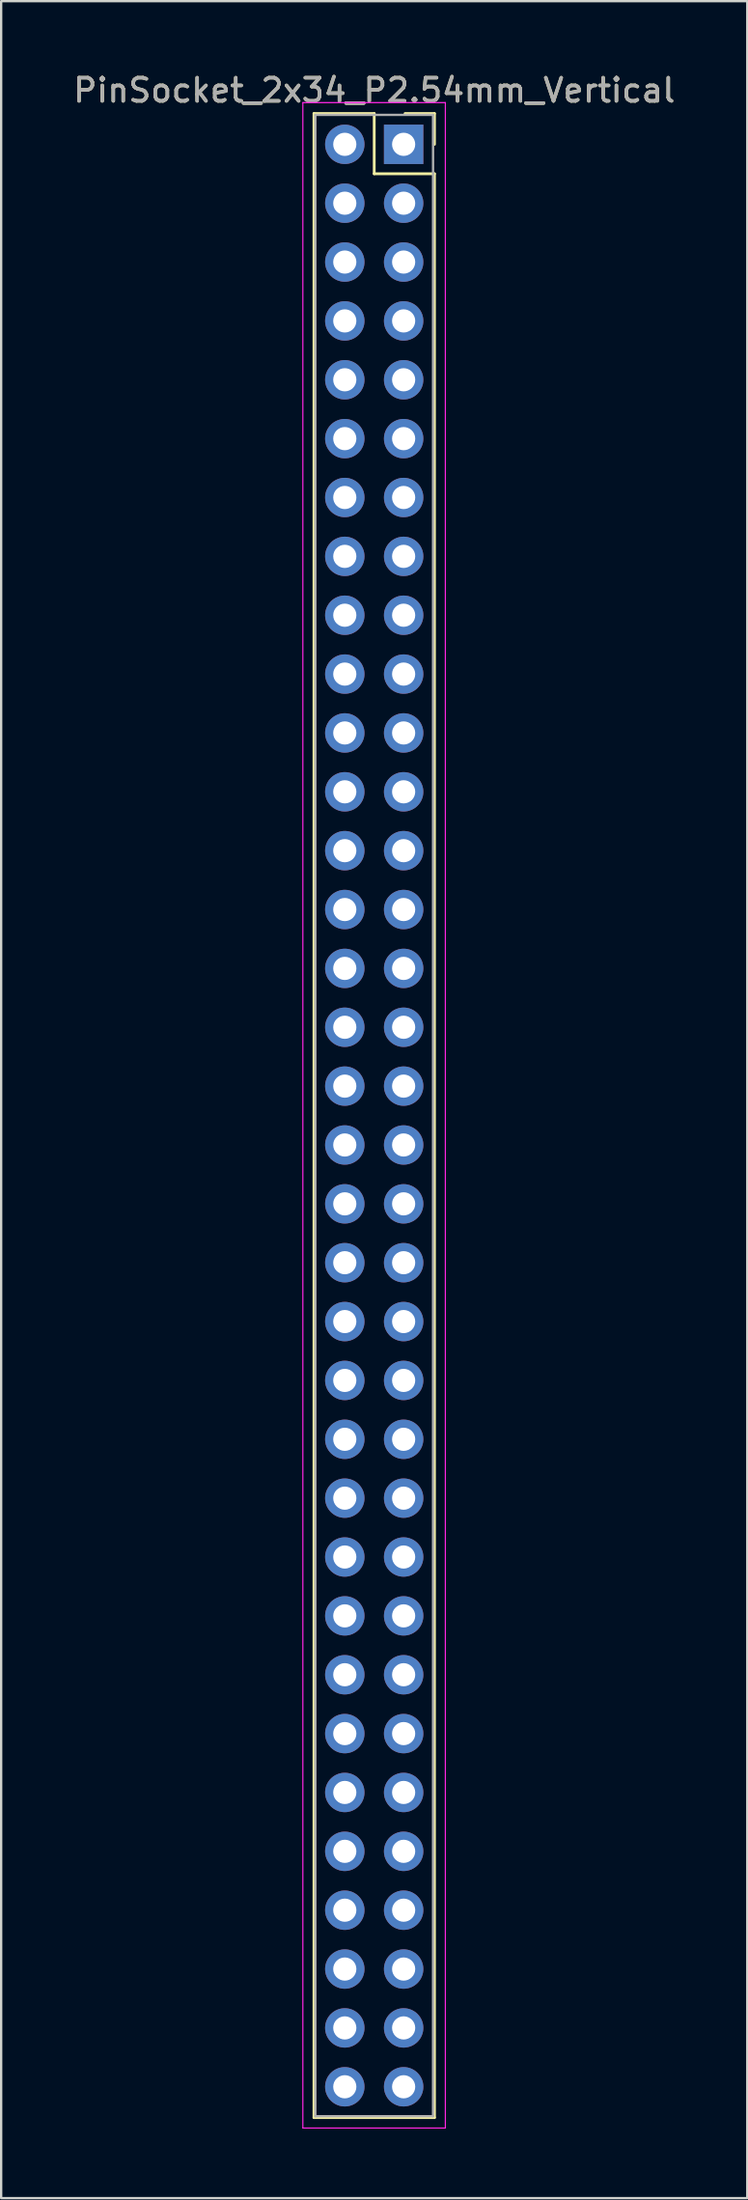
<source format=kicad_pcb>
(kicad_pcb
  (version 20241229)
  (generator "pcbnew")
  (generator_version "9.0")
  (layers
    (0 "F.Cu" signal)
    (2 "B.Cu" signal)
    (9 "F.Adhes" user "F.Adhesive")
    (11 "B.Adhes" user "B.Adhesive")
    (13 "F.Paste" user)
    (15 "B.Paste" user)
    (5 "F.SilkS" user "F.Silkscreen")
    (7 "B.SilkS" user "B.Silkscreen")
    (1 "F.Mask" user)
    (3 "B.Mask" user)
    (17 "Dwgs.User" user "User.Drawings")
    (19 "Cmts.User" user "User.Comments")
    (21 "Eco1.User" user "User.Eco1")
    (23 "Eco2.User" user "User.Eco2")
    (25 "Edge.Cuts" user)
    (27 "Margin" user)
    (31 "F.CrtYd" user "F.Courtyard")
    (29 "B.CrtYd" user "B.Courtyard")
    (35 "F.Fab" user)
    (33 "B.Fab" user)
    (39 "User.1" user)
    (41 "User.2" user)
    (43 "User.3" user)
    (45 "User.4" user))
  (footprint "PinSocket_2x34_P2.54mm_Vertical"
    (layer "F.Cu")
    (at 14.371 3.178)
    (property "Reference" "PinSocket_2x34_P2.54mm_Vertical" (at -1.27 -2.33 0) (layer "F.SilkS") (effects (font (size 1 1) (thickness 0.15))))
    (attr through_hole)
    (fp_line (start -3.87 -1.33) (end -1.27 -1.33) (stroke (width 0.12) (type solid)) (layer "F.SilkS"))
    (fp_line (start -3.87 85.15) (end -3.87 -1.33) (stroke (width 0.12) (type solid)) (layer "F.SilkS"))
    (fp_line (start -1.27 -1.33) (end -1.27 1.27) (stroke (width 0.12) (type solid)) (layer "F.SilkS"))
    (fp_line (start -1.27 1.27) (end 1.33 1.27) (stroke (width 0.12) (type solid)) (layer "F.SilkS"))
    (fp_line (start 1.33 -1.33) (end 0.06 -1.33) (stroke (width 0.12) (type solid)) (layer "F.SilkS"))
    (fp_line (start 1.33 0) (end 1.33 -1.33) (stroke (width 0.12) (type solid)) (layer "F.SilkS"))
    (fp_line (start 1.33 1.27) (end 1.33 85.15) (stroke (width 0.12) (type solid)) (layer "F.SilkS"))
    (fp_line (start 1.33 85.15) (end -3.87 85.15) (stroke (width 0.12) (type solid)) (layer "F.SilkS"))
    (fp_line (start -4.35 -1.8) (end -4.35 85.6) (stroke (width 0.05) (type solid)) (layer "F.CrtYd"))
    (fp_line (start -4.35 85.6) (end 1.8 85.6) (stroke (width 0.05) (type solid)) (layer "F.CrtYd"))
    (fp_line (start 1.8 -1.8) (end -4.35 -1.8) (stroke (width 0.05) (type solid)) (layer "F.CrtYd"))
    (fp_line (start 1.8 85.6) (end 1.8 -1.8) (stroke (width 0.05) (type solid)) (layer "F.CrtYd"))
    (fp_line (start -3.81 -1.27) (end -3.81 85.09) (stroke (width 0.1) (type solid)) (layer "F.Fab"))
    (fp_line (start -3.81 85.09) (end 1.27 85.09) (stroke (width 0.1) (type solid)) (layer "F.Fab"))
    (fp_line (start 1.27 -1.27) (end -3.81 -1.27) (stroke (width 0.1) (type solid)) (layer "F.Fab"))
    (fp_line (start 1.27 85.09) (end 1.27 -1.27) (stroke (width 0.1) (type solid)) (layer "F.Fab"))
    (fp_text user "${REFERENCE}" (at -1.27 -2.33 0) (layer "F.Fab") (effects (font (size 1 1) (thickness 0.15))))
    (pad "1" thru_hole rect (at 0 0) (size 1.7 1.7) (drill 1) (layers "*.Cu" "*.Mask"))
    (pad "2" thru_hole oval (at -2.54 0) (size 1.7 1.7) (drill 1) (layers "*.Cu" "*.Mask"))
    (pad "3" thru_hole oval (at 0 2.54) (size 1.7 1.7) (drill 1) (layers "*.Cu" "*.Mask"))
    (pad "4" thru_hole oval (at -2.54 2.54) (size 1.7 1.7) (drill 1) (layers "*.Cu" "*.Mask"))
    (pad "5" thru_hole oval (at 0 5.08) (size 1.7 1.7) (drill 1) (layers "*.Cu" "*.Mask"))
    (pad "6" thru_hole oval (at -2.54 5.08) (size 1.7 1.7) (drill 1) (layers "*.Cu" "*.Mask"))
    (pad "7" thru_hole oval (at 0 7.62) (size 1.7 1.7) (drill 1) (layers "*.Cu" "*.Mask"))
    (pad "8" thru_hole oval (at -2.54 7.62) (size 1.7 1.7) (drill 1) (layers "*.Cu" "*.Mask"))
    (pad "9" thru_hole oval (at 0 10.16) (size 1.7 1.7) (drill 1) (layers "*.Cu" "*.Mask"))
    (pad "10" thru_hole oval (at -2.54 10.16) (size 1.7 1.7) (drill 1) (layers "*.Cu" "*.Mask"))
    (pad "11" thru_hole oval (at 0 12.7) (size 1.7 1.7) (drill 1) (layers "*.Cu" "*.Mask"))
    (pad "12" thru_hole oval (at -2.54 12.7) (size 1.7 1.7) (drill 1) (layers "*.Cu" "*.Mask"))
    (pad "13" thru_hole oval (at 0 15.24) (size 1.7 1.7) (drill 1) (layers "*.Cu" "*.Mask"))
    (pad "14" thru_hole oval (at -2.54 15.24) (size 1.7 1.7) (drill 1) (layers "*.Cu" "*.Mask"))
    (pad "15" thru_hole oval (at 0 17.78) (size 1.7 1.7) (drill 1) (layers "*.Cu" "*.Mask"))
    (pad "16" thru_hole oval (at -2.54 17.78) (size 1.7 1.7) (drill 1) (layers "*.Cu" "*.Mask"))
    (pad "17" thru_hole oval (at 0 20.32) (size 1.7 1.7) (drill 1) (layers "*.Cu" "*.Mask"))
    (pad "18" thru_hole oval (at -2.54 20.32) (size 1.7 1.7) (drill 1) (layers "*.Cu" "*.Mask"))
    (pad "19" thru_hole oval (at 0 22.86) (size 1.7 1.7) (drill 1) (layers "*.Cu" "*.Mask"))
    (pad "20" thru_hole oval (at -2.54 22.86) (size 1.7 1.7) (drill 1) (layers "*.Cu" "*.Mask"))
    (pad "21" thru_hole oval (at 0 25.4) (size 1.7 1.7) (drill 1) (layers "*.Cu" "*.Mask"))
    (pad "22" thru_hole oval (at -2.54 25.4) (size 1.7 1.7) (drill 1) (layers "*.Cu" "*.Mask"))
    (pad "23" thru_hole oval (at 0 27.94) (size 1.7 1.7) (drill 1) (layers "*.Cu" "*.Mask"))
    (pad "24" thru_hole oval (at -2.54 27.94) (size 1.7 1.7) (drill 1) (layers "*.Cu" "*.Mask"))
    (pad "25" thru_hole oval (at 0 30.48) (size 1.7 1.7) (drill 1) (layers "*.Cu" "*.Mask"))
    (pad "26" thru_hole oval (at -2.54 30.48) (size 1.7 1.7) (drill 1) (layers "*.Cu" "*.Mask"))
    (pad "27" thru_hole oval (at 0 33.02) (size 1.7 1.7) (drill 1) (layers "*.Cu" "*.Mask"))
    (pad "28" thru_hole oval (at -2.54 33.02) (size 1.7 1.7) (drill 1) (layers "*.Cu" "*.Mask"))
    (pad "29" thru_hole oval (at 0 35.56) (size 1.7 1.7) (drill 1) (layers "*.Cu" "*.Mask"))
    (pad "30" thru_hole oval (at -2.54 35.56) (size 1.7 1.7) (drill 1) (layers "*.Cu" "*.Mask"))
    (pad "31" thru_hole oval (at 0 38.1) (size 1.7 1.7) (drill 1) (layers "*.Cu" "*.Mask"))
    (pad "32" thru_hole oval (at -2.54 38.1) (size 1.7 1.7) (drill 1) (layers "*.Cu" "*.Mask"))
    (pad "33" thru_hole oval (at 0 40.64) (size 1.7 1.7) (drill 1) (layers "*.Cu" "*.Mask"))
    (pad "34" thru_hole oval (at -2.54 40.64) (size 1.7 1.7) (drill 1) (layers "*.Cu" "*.Mask"))
    (pad "35" thru_hole oval (at 0 43.18) (size 1.7 1.7) (drill 1) (layers "*.Cu" "*.Mask"))
    (pad "36" thru_hole oval (at -2.54 43.18) (size 1.7 1.7) (drill 1) (layers "*.Cu" "*.Mask"))
    (pad "37" thru_hole oval (at 0 45.72) (size 1.7 1.7) (drill 1) (layers "*.Cu" "*.Mask"))
    (pad "38" thru_hole oval (at -2.54 45.72) (size 1.7 1.7) (drill 1) (layers "*.Cu" "*.Mask"))
    (pad "39" thru_hole oval (at 0 48.26) (size 1.7 1.7) (drill 1) (layers "*.Cu" "*.Mask"))
    (pad "40" thru_hole oval (at -2.54 48.26) (size 1.7 1.7) (drill 1) (layers "*.Cu" "*.Mask"))
    (pad "41" thru_hole oval (at 0 50.8) (size 1.7 1.7) (drill 1) (layers "*.Cu" "*.Mask"))
    (pad "42" thru_hole oval (at -2.54 50.8) (size 1.7 1.7) (drill 1) (layers "*.Cu" "*.Mask"))
    (pad "43" thru_hole oval (at 0 53.34) (size 1.7 1.7) (drill 1) (layers "*.Cu" "*.Mask"))
    (pad "44" thru_hole oval (at -2.54 53.34) (size 1.7 1.7) (drill 1) (layers "*.Cu" "*.Mask"))
    (pad "45" thru_hole oval (at 0 55.88) (size 1.7 1.7) (drill 1) (layers "*.Cu" "*.Mask"))
    (pad "46" thru_hole oval (at -2.54 55.88) (size 1.7 1.7) (drill 1) (layers "*.Cu" "*.Mask"))
    (pad "47" thru_hole oval (at 0 58.42) (size 1.7 1.7) (drill 1) (layers "*.Cu" "*.Mask"))
    (pad "48" thru_hole oval (at -2.54 58.42) (size 1.7 1.7) (drill 1) (layers "*.Cu" "*.Mask"))
    (pad "49" thru_hole oval (at 0 60.96) (size 1.7 1.7) (drill 1) (layers "*.Cu" "*.Mask"))
    (pad "50" thru_hole oval (at -2.54 60.96) (size 1.7 1.7) (drill 1) (layers "*.Cu" "*.Mask"))
    (pad "51" thru_hole oval (at 0 63.5) (size 1.7 1.7) (drill 1) (layers "*.Cu" "*.Mask"))
    (pad "52" thru_hole oval (at -2.54 63.5) (size 1.7 1.7) (drill 1) (layers "*.Cu" "*.Mask"))
    (pad "53" thru_hole oval (at 0 66.04) (size 1.7 1.7) (drill 1) (layers "*.Cu" "*.Mask"))
    (pad "54" thru_hole oval (at -2.54 66.04) (size 1.7 1.7) (drill 1) (layers "*.Cu" "*.Mask"))
    (pad "55" thru_hole oval (at 0 68.58) (size 1.7 1.7) (drill 1) (layers "*.Cu" "*.Mask"))
    (pad "56" thru_hole oval (at -2.54 68.58) (size 1.7 1.7) (drill 1) (layers "*.Cu" "*.Mask"))
    (pad "57" thru_hole oval (at 0 71.12) (size 1.7 1.7) (drill 1) (layers "*.Cu" "*.Mask"))
    (pad "58" thru_hole oval (at -2.54 71.12) (size 1.7 1.7) (drill 1) (layers "*.Cu" "*.Mask"))
    (pad "59" thru_hole oval (at 0 73.66) (size 1.7 1.7) (drill 1) (layers "*.Cu" "*.Mask"))
    (pad "60" thru_hole oval (at -2.54 73.66) (size 1.7 1.7) (drill 1) (layers "*.Cu" "*.Mask"))
    (pad "61" thru_hole oval (at 0 76.2) (size 1.7 1.7) (drill 1) (layers "*.Cu" "*.Mask"))
    (pad "62" thru_hole oval (at -2.54 76.2) (size 1.7 1.7) (drill 1) (layers "*.Cu" "*.Mask"))
    (pad "63" thru_hole oval (at 0 78.74) (size 1.7 1.7) (drill 1) (layers "*.Cu" "*.Mask"))
    (pad "64" thru_hole oval (at -2.54 78.74) (size 1.7 1.7) (drill 1) (layers "*.Cu" "*.Mask"))
    (pad "65" thru_hole oval (at 0 81.28) (size 1.7 1.7) (drill 1) (layers "*.Cu" "*.Mask"))
    (pad "66" thru_hole oval (at -2.54 81.28) (size 1.7 1.7) (drill 1) (layers "*.Cu" "*.Mask"))
    (pad "67" thru_hole oval (at 0 83.82) (size 1.7 1.7) (drill 1) (layers "*.Cu" "*.Mask"))
    (pad "68" thru_hole oval (at -2.54 83.82) (size 1.7 1.7) (drill 1) (layers "*.Cu" "*.Mask")))
  (gr_rect
    (start -3 -3)
    (end 29.202 91.803)
    (stroke (width 0.1) (type default))
    (fill no)
    (layer "Edge.Cuts")))
</source>
